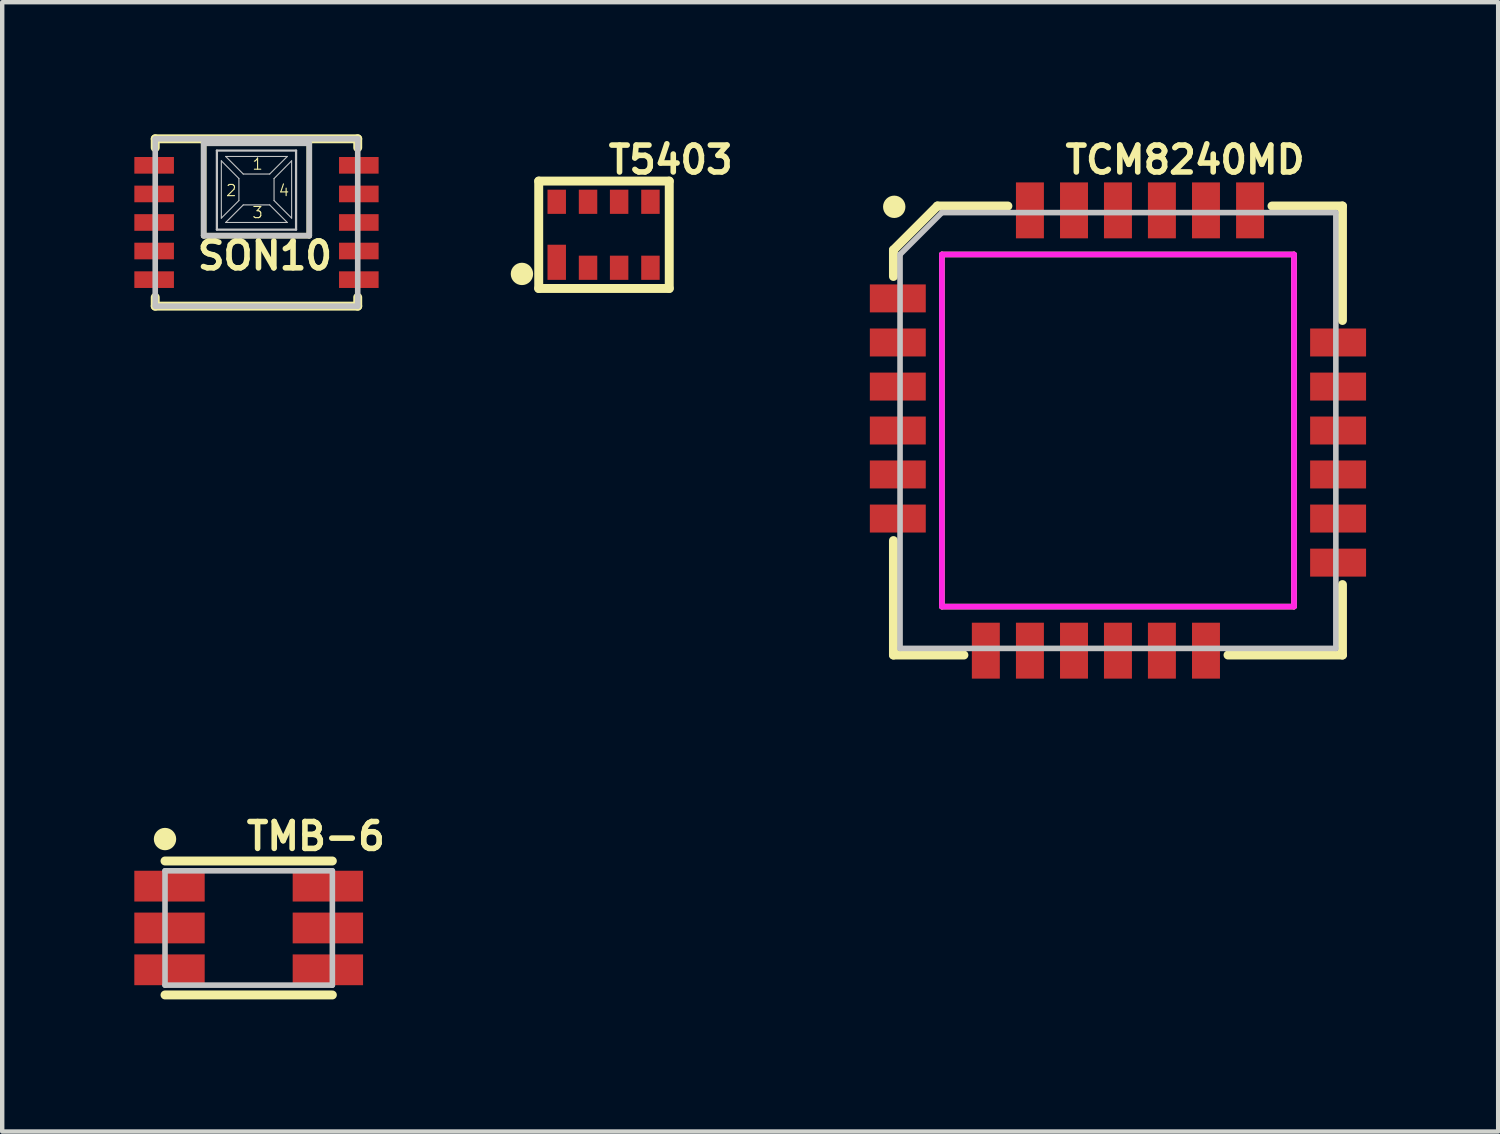
<source format=kicad_pcb>
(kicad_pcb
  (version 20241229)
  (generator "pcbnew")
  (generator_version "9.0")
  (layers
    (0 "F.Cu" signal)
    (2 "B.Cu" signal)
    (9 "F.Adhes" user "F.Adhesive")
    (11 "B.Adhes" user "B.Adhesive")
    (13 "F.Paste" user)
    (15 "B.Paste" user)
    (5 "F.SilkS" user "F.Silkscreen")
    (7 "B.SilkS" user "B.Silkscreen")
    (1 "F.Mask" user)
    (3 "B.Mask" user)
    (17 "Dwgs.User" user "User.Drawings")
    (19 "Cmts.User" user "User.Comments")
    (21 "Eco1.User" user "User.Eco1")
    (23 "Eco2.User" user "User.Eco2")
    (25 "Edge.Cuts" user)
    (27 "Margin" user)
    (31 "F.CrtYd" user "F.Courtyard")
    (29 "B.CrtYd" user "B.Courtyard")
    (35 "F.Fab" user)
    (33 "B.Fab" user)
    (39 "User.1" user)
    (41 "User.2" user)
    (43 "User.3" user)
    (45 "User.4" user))
  (footprint "TCM8240MD"
    (layer "F.Cu")
    (at 22.336 6.726)
    (property "Reference" "TCM8240MD" (at 1.524 -6.147 0) (layer "F.SilkS") (effects (font (size 0.61 0.61) (thickness 0.127))))
    (attr smd)
    (fp_line (start -5.098 -4.1) (end -5.098 -3.498) (stroke (width 0.203) (type solid)) (layer "F.SilkS"))
    (fp_line (start -5.098 2.499) (end -5.098 5.098) (stroke (width 0.203) (type solid)) (layer "F.SilkS"))
    (fp_line (start -5.098 5.098) (end -3.498 5.098) (stroke (width 0.203) (type solid)) (layer "F.SilkS"))
    (fp_line (start -4.1 -5.098) (end -5.098 -4.1) (stroke (width 0.203) (type solid)) (layer "F.SilkS"))
    (fp_line (start -3.998 -3.998) (end -3.998 3.998) (stroke (width 0.127) (type solid)) (layer "F.SilkS"))
    (fp_line (start -3.998 3.998) (end 3.998 3.998) (stroke (width 0.127) (type solid)) (layer "F.SilkS"))
    (fp_line (start -2.499 -5.098) (end -4.1 -5.098) (stroke (width 0.203) (type solid)) (layer "F.SilkS"))
    (fp_line (start 2.499 5.098) (end 5.098 5.098) (stroke (width 0.203) (type solid)) (layer "F.SilkS"))
    (fp_line (start 3.998 -3.998) (end -3.998 -3.998) (stroke (width 0.127) (type solid)) (layer "F.SilkS"))
    (fp_line (start 3.998 3.998) (end 3.998 -3.998) (stroke (width 0.127) (type solid)) (layer "F.SilkS"))
    (fp_line (start 5.098 -5.098) (end 3.498 -5.098) (stroke (width 0.203) (type solid)) (layer "F.SilkS"))
    (fp_line (start 5.098 -2.499) (end 5.098 -5.098) (stroke (width 0.203) (type solid)) (layer "F.SilkS"))
    (fp_line (start 5.098 5.098) (end 5.098 3.498) (stroke (width 0.203) (type solid)) (layer "F.SilkS"))
    (fp_circle (center -5.08 -5.08) (end -5.08 -5.334) (stroke (width 0) (type solid)) (fill yes) (layer "F.SilkS"))
    (fp_line (start -4.948 -3.998) (end -4.948 4.948) (stroke (width 0.127) (type solid)) (layer "Dwgs.User"))
    (fp_line (start -4.948 4.948) (end 4.948 4.948) (stroke (width 0.127) (type solid)) (layer "Dwgs.User"))
    (fp_line (start -3.998 -4.948) (end -4.948 -3.998) (stroke (width 0.127) (type solid)) (layer "Dwgs.User"))
    (fp_line (start 4.948 -4.948) (end -3.998 -4.948) (stroke (width 0.127) (type solid)) (layer "Dwgs.User"))
    (fp_line (start 4.948 4.948) (end 4.948 -4.948) (stroke (width 0.127) (type solid)) (layer "Dwgs.User"))
    (fp_line (start -3.998 -3.998) (end -3.998 3.998) (stroke (width 0.127) (type solid)) (layer "F.CrtYd"))
    (fp_line (start -3.998 3.998) (end 3.998 3.998) (stroke (width 0.127) (type solid)) (layer "F.CrtYd"))
    (fp_line (start 3.998 -3.998) (end -3.998 -3.998) (stroke (width 0.127) (type solid)) (layer "F.CrtYd"))
    (fp_line (start 3.998 3.998) (end 3.998 -3.998) (stroke (width 0.127) (type solid)) (layer "F.CrtYd"))
    (pad "P$1" smd rect (at -4.999 -3 180) (size 1.27 0.635) (layers "F.Cu" "F.Mask" "F.Paste"))
    (pad "P$2" smd rect (at -4.999 -1.999 180) (size 1.27 0.635) (layers "F.Cu" "F.Mask" "F.Paste"))
    (pad "P$3" smd rect (at -4.999 -0.998 180) (size 1.27 0.635) (layers "F.Cu" "F.Mask" "F.Paste"))
    (pad "P$4" smd rect (at -4.999 0 180) (size 1.27 0.635) (layers "F.Cu" "F.Mask" "F.Paste"))
    (pad "P$5" smd rect (at -4.999 0.998 180) (size 1.27 0.635) (layers "F.Cu" "F.Mask" "F.Paste"))
    (pad "P$6" smd rect (at -4.999 1.999 180) (size 1.27 0.635) (layers "F.Cu" "F.Mask" "F.Paste"))
    (pad "P$7" smd rect (at -3 4.999 270) (size 1.27 0.635) (layers "F.Cu" "F.Mask" "F.Paste"))
    (pad "P$8" smd rect (at -1.999 4.999 270) (size 1.27 0.635) (layers "F.Cu" "F.Mask" "F.Paste"))
    (pad "P$9" smd rect (at -0.998 4.999 270) (size 1.27 0.635) (layers "F.Cu" "F.Mask" "F.Paste"))
    (pad "P$10" smd rect (at 0 4.999 270) (size 1.27 0.635) (layers "F.Cu" "F.Mask" "F.Paste"))
    (pad "P$11" smd rect (at 0.998 4.999 270) (size 1.27 0.635) (layers "F.Cu" "F.Mask" "F.Paste"))
    (pad "P$12" smd rect (at 1.999 4.999 270) (size 1.27 0.635) (layers "F.Cu" "F.Mask" "F.Paste"))
    (pad "P$13" smd rect (at 4.999 3) (size 1.27 0.635) (layers "F.Cu" "F.Mask" "F.Paste"))
    (pad "P$14" smd rect (at 4.999 1.999) (size 1.27 0.635) (layers "F.Cu" "F.Mask" "F.Paste"))
    (pad "P$15" smd rect (at 4.999 0.998) (size 1.27 0.635) (layers "F.Cu" "F.Mask" "F.Paste"))
    (pad "P$16" smd rect (at 4.999 0) (size 1.27 0.635) (layers "F.Cu" "F.Mask" "F.Paste"))
    (pad "P$17" smd rect (at 4.999 -0.998) (size 1.27 0.635) (layers "F.Cu" "F.Mask" "F.Paste"))
    (pad "P$18" smd rect (at 4.999 -1.999) (size 1.27 0.635) (layers "F.Cu" "F.Mask" "F.Paste"))
    (pad "P$19" smd rect (at 3 -4.999 90) (size 1.27 0.635) (layers "F.Cu" "F.Mask" "F.Paste"))
    (pad "P$20" smd rect (at 1.999 -4.999 90) (size 1.27 0.635) (layers "F.Cu" "F.Mask" "F.Paste"))
    (pad "P$21" smd rect (at 0.998 -4.999 90) (size 1.27 0.635) (layers "F.Cu" "F.Mask" "F.Paste"))
    (pad "P$22" smd rect (at 0 -4.999 90) (size 1.27 0.635) (layers "F.Cu" "F.Mask" "F.Paste"))
    (pad "P$23" smd rect (at -0.998 -4.999 90) (size 1.27 0.635) (layers "F.Cu" "F.Mask" "F.Paste"))
    (pad "P$24" smd rect (at -1.999 -4.999 90) (size 1.27 0.635) (layers "F.Cu" "F.Mask" "F.Paste")))
  (footprint "T5403"
    (layer "F.Cu")
    (at 10.656 2.281)
    (property "Reference" "T5403" (at 1.524 -1.702 0) (layer "F.SilkS") (effects (font (size 0.61 0.61) (thickness 0.127))))
    (attr smd)
    (fp_line (start -1.473 -1.219) (end -1.473 1.219) (stroke (width 0.203) (type solid)) (layer "F.SilkS"))
    (fp_line (start -1.473 -1.219) (end 1.491 -1.219) (stroke (width 0.203) (type solid)) (layer "F.SilkS"))
    (fp_line (start -1.473 1.219) (end 1.491 1.219) (stroke (width 0.203) (type solid)) (layer "F.SilkS"))
    (fp_line (start 1.491 1.219) (end 1.491 -1.219) (stroke (width 0.203) (type solid)) (layer "F.SilkS"))
    (fp_circle (center -1.854 0.889) (end -1.854 0.635) (stroke (width 0) (type solid)) (fill yes) (layer "F.SilkS"))
    (pad "1" smd rect (at -1.064 0.625) (size 0.419 0.798) (layers "F.Cu" "F.Mask" "F.Paste"))
    (pad "2" smd rect (at -0.353 0.749) (size 0.419 0.549) (layers "F.Cu" "F.Mask" "F.Paste"))
    (pad "3" smd rect (at 0.353 0.749) (size 0.419 0.549) (layers "F.Cu" "F.Mask" "F.Paste"))
    (pad "4" smd rect (at 1.064 0.749) (size 0.419 0.549) (layers "F.Cu" "F.Mask" "F.Paste"))
    (pad "5" smd rect (at 1.064 -0.749) (size 0.419 0.549) (layers "F.Cu" "F.Mask" "F.Paste"))
    (pad "6" smd rect (at 0.353 -0.749) (size 0.419 0.549) (layers "F.Cu" "F.Mask" "F.Paste"))
    (pad "7" smd rect (at -0.353 -0.749) (size 0.419 0.549) (layers "F.Cu" "F.Mask" "F.Paste"))
    (pad "8" smd rect (at -1.064 -0.749) (size 0.419 0.549) (layers "F.Cu" "F.Mask" "F.Paste")))
  (footprint "TMB-6"
    (layer "F.Cu")
    (at 2.597 18.022)
    (property "Reference" "TMB-6" (at 1.524 -2.083 0) (layer "F.SilkS") (effects (font (size 0.61 0.61) (thickness 0.127))))
    (attr smd)
    (fp_line (start -1.9 -1.521) (end 1.9 -1.521) (stroke (width 0.203) (type solid)) (layer "F.SilkS"))
    (fp_line (start -1.9 1.521) (end 1.9 1.521) (stroke (width 0.203) (type solid)) (layer "F.SilkS"))
    (fp_circle (center -1.9 -2.019) (end -1.9 -2.273) (stroke (width 0) (type solid)) (fill yes) (layer "F.SilkS"))
    (fp_line (start -1.9 -1.298) (end -1.9 1.298) (stroke (width 0.127) (type solid)) (layer "Dwgs.User"))
    (fp_line (start -1.9 1.298) (end 1.9 1.298) (stroke (width 0.127) (type solid)) (layer "Dwgs.User"))
    (fp_line (start 1.9 -1.298) (end -1.9 -1.298) (stroke (width 0.127) (type solid)) (layer "Dwgs.User"))
    (fp_line (start 1.9 1.298) (end 1.9 -1.298) (stroke (width 0.127) (type solid)) (layer "Dwgs.User"))
    (pad "1" smd rect (at -1.798 -0.95) (size 1.598 0.699) (layers "F.Cu" "F.Mask" "F.Paste"))
    (pad "2" smd rect (at -1.798 0) (size 1.598 0.699) (layers "F.Cu" "F.Mask" "F.Paste"))
    (pad "3" smd rect (at -1.798 0.95) (size 1.598 0.699) (layers "F.Cu" "F.Mask" "F.Paste"))
    (pad "4" smd rect (at 1.798 0.95) (size 1.598 0.699) (layers "F.Cu" "F.Mask" "F.Paste"))
    (pad "5" smd rect (at 1.798 0) (size 1.598 0.699) (layers "F.Cu" "F.Mask" "F.Paste"))
    (pad "6" smd rect (at 1.798 -0.95) (size 1.598 0.699) (layers "F.Cu" "F.Mask" "F.Paste")))
  (footprint "SON10"
    (layer "F.Cu")
    (at 2.774 2.002)
    (property "Reference" "SON10" (at 0.191 0.754 0) (layer "F.SilkS") (effects (font (size 0.61 0.61) (thickness 0.127))))
    (attr smd)
    (fp_line (start -2.299 -1.9) (end 2.299 -1.9) (stroke (width 0.203) (type solid)) (layer "F.SilkS"))
    (fp_line (start -2.299 -1.699) (end -2.299 -1.9) (stroke (width 0.203) (type solid)) (layer "F.SilkS"))
    (fp_line (start -2.299 1.699) (end -2.299 1.9) (stroke (width 0.203) (type solid)) (layer "F.SilkS"))
    (fp_line (start -2.299 1.9) (end 2.299 1.9) (stroke (width 0.203) (type solid)) (layer "F.SilkS"))
    (fp_line (start -1.199 -1.798) (end 1.199 -1.798) (stroke (width 0.127) (type solid)) (layer "F.SilkS"))
    (fp_line (start -1.199 0.3) (end -1.199 -1.798) (stroke (width 0.127) (type solid)) (layer "F.SilkS"))
    (fp_line (start 1.199 -1.798) (end 1.199 0.3) (stroke (width 0.127) (type solid)) (layer "F.SilkS"))
    (fp_line (start 1.199 0.3) (end -1.199 0.3) (stroke (width 0.127) (type solid)) (layer "F.SilkS"))
    (fp_line (start 2.299 -1.9) (end 2.299 -1.699) (stroke (width 0.203) (type solid)) (layer "F.SilkS"))
    (fp_line (start 2.299 1.9) (end 2.299 1.699) (stroke (width 0.203) (type solid)) (layer "F.SilkS"))
    (fp_line (start -2.299 -1.9) (end 2.299 -1.9) (stroke (width 0.127) (type solid)) (layer "Dwgs.User"))
    (fp_line (start -2.299 1.9) (end -2.299 -1.9) (stroke (width 0.127) (type solid)) (layer "Dwgs.User"))
    (fp_line (start -1.199 -1.798) (end 1.199 -1.798) (stroke (width 0.127) (type solid)) (layer "Dwgs.User"))
    (fp_line (start -1.199 0.3) (end -1.199 -1.798) (stroke (width 0.127) (type solid)) (layer "Dwgs.User"))
    (fp_line (start -0.899 -1.633) (end 0.899 -1.633) (stroke (width 0.051) (type solid)) (layer "Dwgs.User"))
    (fp_line (start -0.899 0.163) (end -0.899 -1.633) (stroke (width 0.051) (type solid)) (layer "Dwgs.User"))
    (fp_line (start -0.798 -1.4) (end -0.399 -0.998) (stroke (width 0.025) (type solid)) (layer "Dwgs.User"))
    (fp_line (start -0.798 -0.099) (end -0.798 -1.4) (stroke (width 0.025) (type solid)) (layer "Dwgs.User"))
    (fp_line (start -0.699 -1.499) (end 0.699 -1.499) (stroke (width 0.025) (type solid)) (layer "Dwgs.User"))
    (fp_line (start -0.699 0) (end -0.3 -0.399) (stroke (width 0.025) (type solid)) (layer "Dwgs.User"))
    (fp_line (start -0.399 -0.998) (end -0.399 -0.498) (stroke (width 0.025) (type solid)) (layer "Dwgs.User"))
    (fp_line (start -0.399 -0.498) (end -0.798 -0.099) (stroke (width 0.025) (type solid)) (layer "Dwgs.User"))
    (fp_line (start -0.3 -1.1) (end -0.699 -1.499) (stroke (width 0.025) (type solid)) (layer "Dwgs.User"))
    (fp_line (start -0.3 -0.399) (end 0.3 -0.399) (stroke (width 0.025) (type solid)) (layer "Dwgs.User"))
    (fp_line (start 0.3 -1.1) (end -0.3 -1.1) (stroke (width 0.025) (type solid)) (layer "Dwgs.User"))
    (fp_line (start 0.3 -0.399) (end 0.699 0) (stroke (width 0.025) (type solid)) (layer "Dwgs.User"))
    (fp_line (start 0.399 -0.998) (end 0.798 -1.4) (stroke (width 0.025) (type solid)) (layer "Dwgs.User"))
    (fp_line (start 0.399 -0.498) (end 0.399 -0.998) (stroke (width 0.025) (type solid)) (layer "Dwgs.User"))
    (fp_line (start 0.699 -1.499) (end 0.3 -1.1) (stroke (width 0.025) (type solid)) (layer "Dwgs.User"))
    (fp_line (start 0.699 0) (end -0.699 0) (stroke (width 0.025) (type solid)) (layer "Dwgs.User"))
    (fp_line (start 0.798 -1.4) (end 0.798 -0.099) (stroke (width 0.025) (type solid)) (layer "Dwgs.User"))
    (fp_line (start 0.798 -0.099) (end 0.399 -0.498) (stroke (width 0.025) (type solid)) (layer "Dwgs.User"))
    (fp_line (start 0.899 -1.633) (end 0.899 0.163) (stroke (width 0.051) (type solid)) (layer "Dwgs.User"))
    (fp_line (start 0.899 0.163) (end -0.899 0.163) (stroke (width 0.051) (type solid)) (layer "Dwgs.User"))
    (fp_line (start 1.199 -1.798) (end 1.199 0.3) (stroke (width 0.127) (type solid)) (layer "Dwgs.User"))
    (fp_line (start 1.199 0.3) (end -1.199 0.3) (stroke (width 0.127) (type solid)) (layer "Dwgs.User"))
    (fp_line (start 2.299 -1.9) (end 2.299 1.9) (stroke (width 0.127) (type solid)) (layer "Dwgs.User"))
    (fp_line (start 2.299 1.9) (end -2.299 1.9) (stroke (width 0.127) (type solid)) (layer "Dwgs.User"))
    (fp_line (start -1.199 -1.798) (end 1.199 -1.798) (stroke (width 0.066) (type solid)) (layer "Eco2.User"))
    (fp_line (start -1.199 0.3) (end -1.199 -1.798) (stroke (width 0.066) (type solid)) (layer "Eco2.User"))
    (fp_line (start -1.199 0.3) (end 1.199 0.3) (stroke (width 0.066) (type solid)) (layer "Eco2.User"))
    (fp_line (start 1.199 0.3) (end 1.199 -1.798) (stroke (width 0.066) (type solid)) (layer "Eco2.User"))
    (fp_text user "2" (at -0.572 -0.726 0) (layer "F.SilkS") (effects (font (size 0.254 0.254) (thickness 0.025))))
    (fp_text user "3" (at 0.025 -0.226 0) (layer "F.SilkS") (effects (font (size 0.254 0.254) (thickness 0.025))))
    (fp_text user "4" (at 0.625 -0.726 0) (layer "F.SilkS") (effects (font (size 0.254 0.254) (thickness 0.025))))
    (fp_text user "1" (at 0.025 -1.326 0) (layer "F.SilkS") (effects (font (size 0.254 0.254) (thickness 0.025))))
    (pad "1" smd rect (at 2.324 -1.298) (size 0.899 0.378) (layers "F.Cu" "F.Mask" "F.Paste"))
    (pad "2" smd rect (at 2.324 -0.648) (size 0.899 0.378) (layers "F.Cu" "F.Mask" "F.Paste"))
    (pad "3" smd rect (at 2.324 0) (size 0.899 0.378) (layers "F.Cu" "F.Mask" "F.Paste"))
    (pad "4" smd rect (at 2.324 0.648) (size 0.899 0.378) (layers "F.Cu" "F.Mask" "F.Paste"))
    (pad "5" smd rect (at 2.324 1.298) (size 0.899 0.378) (layers "F.Cu" "F.Mask" "F.Paste"))
    (pad "6" smd rect (at -2.324 1.298) (size 0.899 0.378) (layers "F.Cu" "F.Mask" "F.Paste"))
    (pad "7" smd rect (at -2.324 0.648) (size 0.899 0.378) (layers "F.Cu" "F.Mask" "F.Paste"))
    (pad "8" smd rect (at -2.324 0) (size 0.899 0.378) (layers "F.Cu" "F.Mask" "F.Paste"))
    (pad "9" smd rect (at -2.324 -0.648) (size 0.899 0.378) (layers "F.Cu" "F.Mask" "F.Paste"))
    (pad "10" smd rect (at -2.324 -1.298) (size 0.899 0.378) (layers "F.Cu" "F.Mask" "F.Paste")))
  (gr_rect
    (start -3 -3)
    (end 30.97 22.645)
    (stroke (width 0.1) (type default))
    (fill no)
    (layer "Edge.Cuts")))
</source>
